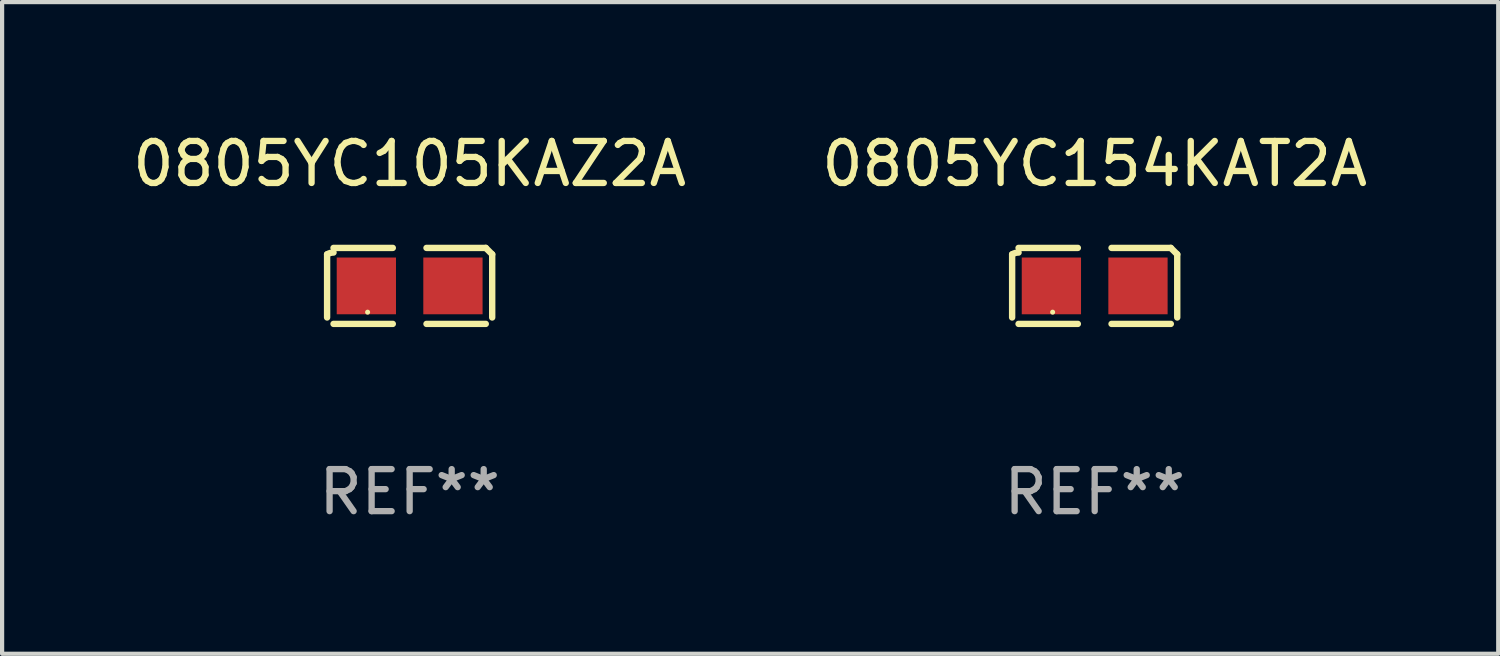
<source format=kicad_pcb>
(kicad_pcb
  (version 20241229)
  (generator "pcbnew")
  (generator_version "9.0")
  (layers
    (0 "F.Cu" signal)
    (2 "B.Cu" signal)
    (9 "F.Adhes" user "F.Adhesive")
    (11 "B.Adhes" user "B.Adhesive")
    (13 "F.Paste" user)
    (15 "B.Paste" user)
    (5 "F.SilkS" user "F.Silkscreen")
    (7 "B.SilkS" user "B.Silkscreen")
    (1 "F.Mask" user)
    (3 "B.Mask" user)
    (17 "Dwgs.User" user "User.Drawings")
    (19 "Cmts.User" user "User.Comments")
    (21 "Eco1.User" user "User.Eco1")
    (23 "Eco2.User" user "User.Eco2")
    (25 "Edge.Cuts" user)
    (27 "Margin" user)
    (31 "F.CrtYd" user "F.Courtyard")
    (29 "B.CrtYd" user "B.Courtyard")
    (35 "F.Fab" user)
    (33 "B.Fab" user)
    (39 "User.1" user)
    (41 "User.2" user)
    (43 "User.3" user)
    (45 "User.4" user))
  (footprint "0805YC105KAZ2A"
    (layer "F.Cu")
    (at 6.696 3.752)
    (property "Reference" "0805YC105KAZ2A" (at 0 -2.904 0) (layer "F.SilkS") (effects (font (size 1 1) (thickness 0.15))))
    (attr through_hole)
    (fp_line (start -1.964 0.751) (end -1.964 -0.751) (stroke (width 0.152) (type solid)) (layer "F.SilkS"))
    (fp_line (start -1.811 -0.904) (end -0.401 -0.904) (stroke (width 0.152) (type solid)) (layer "F.SilkS"))
    (fp_line (start -0.401 0.904) (end -1.811 0.904) (stroke (width 0.152) (type solid)) (layer "F.SilkS"))
    (fp_line (start 0.401 0.904) (end 1.811 0.904) (stroke (width 0.152) (type solid)) (layer "F.SilkS"))
    (fp_line (start 1.811 -0.904) (end 0.401 -0.904) (stroke (width 0.152) (type solid)) (layer "F.SilkS"))
    (fp_line (start 1.964 0.751) (end 1.964 -0.751) (stroke (width 0.152) (type solid)) (layer "F.SilkS"))
    (fp_arc (start -1.963602 -0.751207) (mid -1.890354 -0.783131) (end -1.811201 -0.794044) (stroke (width 0.1524) (type solid)) (layer "F.SilkS"))
    (fp_arc (start 1.811202 -0.903607) (mid 1.887413 -0.827418) (end 1.963602 -0.751207) (stroke (width 0.1524) (type solid)) (layer "F.SilkS"))
    (fp_circle (center -1 0.625) (end -0.97 0.625) (stroke (width 0.06) (type solid)) (fill no) (layer "F.SilkS"))
    (fp_text user "REF**" (at 0 4.904 0) (layer "F.Fab") (effects (font (size 1 1) (thickness 0.15))))
    (pad "1" smd rect (at -1.03 0) (size 1.41 1.35) (layers "F.Cu" "F.Mask" "F.Paste"))
    (pad "2" smd rect (at 1.03 0) (size 1.41 1.35) (layers "F.Cu" "F.Mask" "F.Paste")))
  (footprint "0805YC154KAT2A"
    (layer "F.Cu")
    (at 22.994 3.752)
    (property "Reference" "0805YC154KAT2A" (at 0 -2.904 0) (layer "F.SilkS") (effects (font (size 1 1) (thickness 0.15))))
    (attr through_hole)
    (fp_line (start -1.964 0.751) (end -1.964 -0.751) (stroke (width 0.152) (type solid)) (layer "F.SilkS"))
    (fp_line (start -1.811 -0.904) (end -0.401 -0.904) (stroke (width 0.152) (type solid)) (layer "F.SilkS"))
    (fp_line (start -0.401 0.904) (end -1.811 0.904) (stroke (width 0.152) (type solid)) (layer "F.SilkS"))
    (fp_line (start 0.401 0.904) (end 1.811 0.904) (stroke (width 0.152) (type solid)) (layer "F.SilkS"))
    (fp_line (start 1.811 -0.904) (end 0.401 -0.904) (stroke (width 0.152) (type solid)) (layer "F.SilkS"))
    (fp_line (start 1.964 0.751) (end 1.964 -0.751) (stroke (width 0.152) (type solid)) (layer "F.SilkS"))
    (fp_arc (start -1.963602 -0.751207) (mid -1.890354 -0.783131) (end -1.811201 -0.794044) (stroke (width 0.1524) (type solid)) (layer "F.SilkS"))
    (fp_arc (start 1.811202 -0.903607) (mid 1.887413 -0.827418) (end 1.963602 -0.751207) (stroke (width 0.1524) (type solid)) (layer "F.SilkS"))
    (fp_circle (center -1 0.625) (end -0.97 0.625) (stroke (width 0.06) (type solid)) (fill no) (layer "F.SilkS"))
    (fp_text user "REF**" (at 0 4.904 0) (layer "F.Fab") (effects (font (size 1 1) (thickness 0.15))))
    (pad "1" smd rect (at -1.03 0) (size 1.41 1.35) (layers "F.Cu" "F.Mask" "F.Paste"))
    (pad "2" smd rect (at 1.03 0) (size 1.41 1.35) (layers "F.Cu" "F.Mask" "F.Paste")))
  (gr_rect
    (start -3 -3)
    (end 32.595 12.504)
    (stroke (width 0.1) (type default))
    (fill no)
    (layer "Edge.Cuts")))
</source>
